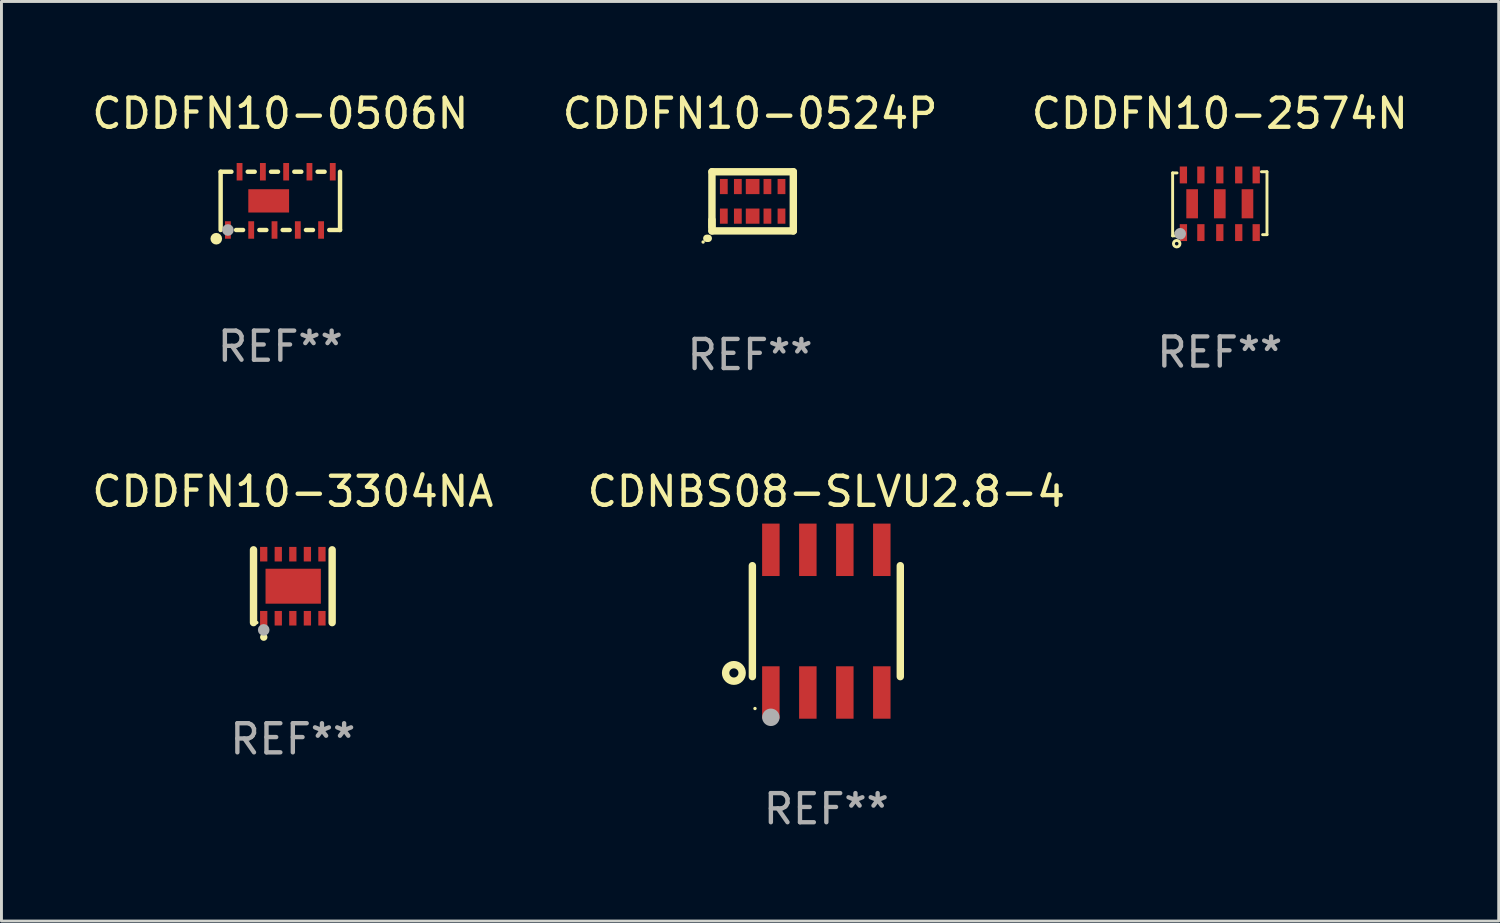
<source format=kicad_pcb>
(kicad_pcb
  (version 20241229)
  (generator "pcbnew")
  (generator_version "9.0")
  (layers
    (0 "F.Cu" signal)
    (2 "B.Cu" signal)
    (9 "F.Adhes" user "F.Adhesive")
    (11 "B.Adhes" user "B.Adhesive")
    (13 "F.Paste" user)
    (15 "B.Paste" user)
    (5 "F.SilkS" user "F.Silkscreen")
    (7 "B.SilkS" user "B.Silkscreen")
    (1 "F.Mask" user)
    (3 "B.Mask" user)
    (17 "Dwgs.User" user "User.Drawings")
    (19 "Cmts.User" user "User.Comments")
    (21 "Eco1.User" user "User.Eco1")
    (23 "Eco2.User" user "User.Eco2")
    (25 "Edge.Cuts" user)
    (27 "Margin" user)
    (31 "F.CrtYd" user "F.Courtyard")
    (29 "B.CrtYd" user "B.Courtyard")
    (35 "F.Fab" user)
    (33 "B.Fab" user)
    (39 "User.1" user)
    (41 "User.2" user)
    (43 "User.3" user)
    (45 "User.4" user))
  (footprint "CDDFN10-0524P"
    (layer "F.Cu")
    (at 22.708 3.991)
    (property "Reference" "CDDFN10-0524P" (at 0 -3.143 0) (layer "F.SilkS") (effects (font (size 1 1) (thickness 0.15))))
    (attr through_hole)
    (fp_line (start -1.436 1.143) (end -1.485 1.143) (stroke (width 0.254) (type solid)) (layer "F.SilkS"))
    (fp_line (start -1.309 -1.143) (end 1.485 -1.143) (stroke (width 0.254) (type solid)) (layer "F.SilkS"))
    (fp_line (start -1.309 0.762) (end -1.309 -1.143) (stroke (width 0.254) (type solid)) (layer "F.SilkS"))
    (fp_line (start -1.309 0.889) (end -1.309 0.508) (stroke (width 0.254) (type solid)) (layer "F.SilkS"))
    (fp_line (start 1.485 -1.143) (end 1.485 0.889) (stroke (width 0.254) (type solid)) (layer "F.SilkS"))
    (fp_line (start 1.485 0.889) (end -1.309 0.889) (stroke (width 0.254) (type solid)) (layer "F.SilkS"))
    (fp_circle (center -1.612 1.27) (end -1.582 1.27) (stroke (width 0.06) (type solid)) (fill no) (layer "F.SilkS"))
    (fp_text user "REF**" (at 0 5.143 0) (layer "F.Fab") (effects (font (size 1 1) (thickness 0.15))))
    (pad "1" smd rect (at -0.902 0.381) (size 0.267 0.521) (layers "F.Cu" "F.Mask" "F.Paste"))
    (pad "2" smd rect (at -0.42 0.381) (size 0.267 0.521) (layers "F.Cu" "F.Mask" "F.Paste"))
    (pad "3" smd rect (at 0.088 0.381) (size 0.47 0.521) (layers "F.Cu" "F.Mask" "F.Paste"))
    (pad "4" smd rect (at 0.596 0.381) (size 0.267 0.521) (layers "F.Cu" "F.Mask" "F.Paste"))
    (pad "5" smd rect (at 1.079 0.381) (size 0.267 0.521) (layers "F.Cu" "F.Mask" "F.Paste"))
    (pad "6" smd rect (at 1.079 -0.635) (size 0.267 0.521) (layers "F.Cu" "F.Mask" "F.Paste"))
    (pad "7" smd rect (at 0.596 -0.635) (size 0.267 0.521) (layers "F.Cu" "F.Mask" "F.Paste"))
    (pad "8" smd rect (at 0.088 -0.635) (size 0.47 0.521) (layers "F.Cu" "F.Mask" "F.Paste"))
    (pad "9" smd rect (at -0.42 -0.635) (size 0.267 0.521) (layers "F.Cu" "F.Mask" "F.Paste"))
    (pad "10" smd rect (at -0.902 -0.635) (size 0.267 0.521) (layers "F.Cu" "F.Mask" "F.Paste")))
  (footprint "CDDFN10-3304NA"
    (layer "F.Cu")
    (at 7.006 17.081)
    (property "Reference" "CDDFN10-3304NA" (at 0 -3.25 0) (layer "F.SilkS") (effects (font (size 1 1) (thickness 0.15))))
    (attr through_hole)
    (fp_line (start -1.35 -1.25) (end -1.35 1.25) (stroke (width 0.254) (type solid)) (layer "F.SilkS"))
    (fp_line (start 1.35 -1.25) (end 1.35 1.25) (stroke (width 0.254) (type solid)) (layer "F.SilkS"))
    (fp_arc (start -1 1.750013) (mid -0.99873 1.750007) (end -0.99746 1.750013) (stroke (width 0.25) (type solid)) (layer "F.SilkS"))
    (fp_circle (center -1.237 1.25) (end -1.207 1.25) (stroke (width 0.06) (type solid)) (fill no) (layer "F.SilkS"))
    (fp_circle (center -1 1.5) (end -0.9 1.5) (stroke (width 0.2) (type solid)) (fill no) (layer "F.Fab"))
    (fp_text user "REF**" (at 0 5.25 0) (layer "F.Fab") (effects (font (size 1 1) (thickness 0.15))))
    (pad "1" smd rect (at -1 1.1 270) (size 0.5 0.25) (layers "F.Cu" "F.Mask" "F.Paste"))
    (pad "2" smd rect (at -0.5 1.1 270) (size 0.5 0.25) (layers "F.Cu" "F.Mask" "F.Paste"))
    (pad "3" smd rect (at -0.000102 1.1 270) (size 0.5 0.25) (layers "F.Cu" "F.Mask" "F.Paste"))
    (pad "4" smd rect (at 0.5 1.1 270) (size 0.5 0.25) (layers "F.Cu" "F.Mask" "F.Paste"))
    (pad "5" smd rect (at 1 1.1 270) (size 0.5 0.25) (layers "F.Cu" "F.Mask" "F.Paste"))
    (pad "6" smd rect (at 1 -1.1 90) (size 0.5 0.25) (layers "F.Cu" "F.Mask" "F.Paste"))
    (pad "7" smd rect (at 0.5 -1.1 90) (size 0.5 0.25) (layers "F.Cu" "F.Mask" "F.Paste"))
    (pad "8" smd rect (at -0.000102 -1.1 90) (size 0.5 0.25) (layers "F.Cu" "F.Mask" "F.Paste"))
    (pad "9" smd rect (at -0.5 -1.1 90) (size 0.5 0.25) (layers "F.Cu" "F.Mask" "F.Paste"))
    (pad "10" smd rect (at -1 -1.1 90) (size 0.5 0.25) (layers "F.Cu" "F.Mask" "F.Paste"))
    (pad "11" smd rect (at 0.013 -0.000102 180) (size 1.9 1.2) (layers "F.Cu" "F.Mask" "F.Paste")))
  (footprint "CDDFN10-2574N"
    (layer "F.Cu")
    (at 38.839 3.948)
    (property "Reference" "CDDFN10-2574N" (at 0 -3.1 0) (layer "F.SilkS") (effects (font (size 1 1) (thickness 0.15))))
    (attr through_hole)
    (fp_line (start -1.62 -1.06) (end -1.47 -1.06) (stroke (width 0.1) (type solid)) (layer "F.SilkS"))
    (fp_line (start -1.62 1.1) (end -1.62 -1.06) (stroke (width 0.1) (type solid)) (layer "F.SilkS"))
    (fp_line (start -1.43 1.1) (end -1.62 1.1) (stroke (width 0.1) (type solid)) (layer "F.SilkS"))
    (fp_line (start 1.43 -1.1) (end 1.62 -1.1) (stroke (width 0.1) (type solid)) (layer "F.SilkS"))
    (fp_line (start 1.62 -1.1) (end 1.62 1.06) (stroke (width 0.1) (type solid)) (layer "F.SilkS"))
    (fp_line (start 1.62 1.06) (end 1.47 1.06) (stroke (width 0.1) (type solid)) (layer "F.SilkS"))
    (fp_circle (center -1.5 1) (end -1.47 1) (stroke (width 0.06) (type solid)) (fill no) (layer "F.SilkS"))
    (fp_circle (center -1.48 1.37) (end -1.368 1.37) (stroke (width 0.1) (type solid)) (fill no) (layer "F.SilkS"))
    (fp_circle (center -1.36 1.03) (end -1.26 1.03) (stroke (width 0.2) (type solid)) (fill no) (layer "F.Fab"))
    (fp_text user "REF**" (at 0 5.1 0) (layer "F.Fab") (effects (font (size 1 1) (thickness 0.15))))
    (pad "1" smd rect (at -1.25 0.99) (size 0.25 0.58) (layers "F.Cu" "F.Mask" "F.Paste"))
    (pad "2" smd rect (at -0.65 0.99) (size 0.25 0.58) (layers "F.Cu" "F.Mask" "F.Paste"))
    (pad "3" smd rect (at 0 0.99) (size 0.25 0.58) (layers "F.Cu" "F.Mask" "F.Paste"))
    (pad "4" smd rect (at 0.65 0.99) (size 0.25 0.58) (layers "F.Cu" "F.Mask" "F.Paste"))
    (pad "5" smd rect (at 1.25 0.99) (size 0.25 0.58) (layers "F.Cu" "F.Mask" "F.Paste"))
    (pad "6" smd rect (at 1.25 -0.99) (size 0.25 0.58) (layers "F.Cu" "F.Mask" "F.Paste"))
    (pad "7" smd rect (at 0.65 -0.99) (size 0.25 0.58) (layers "F.Cu" "F.Mask" "F.Paste"))
    (pad "8" smd rect (at 0 -0.99) (size 0.25 0.58) (layers "F.Cu" "F.Mask" "F.Paste"))
    (pad "9" smd rect (at -0.65 -0.99) (size 0.25 0.58) (layers "F.Cu" "F.Mask" "F.Paste"))
    (pad "10" smd rect (at -1.25 -0.99) (size 0.25 0.58) (layers "F.Cu" "F.Mask" "F.Paste"))
    (pad "11" smd rect (at -0.95 0.000038 270) (size 1 0.4) (layers "F.Cu" "F.Mask" "F.Paste"))
    (pad "12" smd rect (at 0 0.000038 90) (size 1 0.4) (layers "F.Cu" "F.Mask" "F.Paste"))
    (pad "13" smd rect (at 0.95 0.000038 90) (size 1 0.4) (layers "F.Cu" "F.Mask" "F.Paste")))
  (footprint "CDDFN10-0506N"
    (layer "F.Cu")
    (at 6.577 3.848)
    (property "Reference" "CDDFN10-0506N" (at 0 -3 0) (layer "F.SilkS") (effects (font (size 1 1) (thickness 0.15))))
    (attr through_hole)
    (fp_line (start -2.05 -1) (end -1.68 -1) (stroke (width 0.152) (type solid)) (layer "F.SilkS"))
    (fp_line (start -2.05 1) (end -2.05 -1) (stroke (width 0.152) (type solid)) (layer "F.SilkS"))
    (fp_line (start -1.28 1) (end -1.52 1) (stroke (width 0.152) (type solid)) (layer "F.SilkS"))
    (fp_line (start -1.12 -1) (end -0.88 -1) (stroke (width 0.152) (type solid)) (layer "F.SilkS"))
    (fp_line (start -0.48 1) (end -0.72 1) (stroke (width 0.152) (type solid)) (layer "F.SilkS"))
    (fp_line (start -0.32 -1) (end -0.08 -1) (stroke (width 0.152) (type solid)) (layer "F.SilkS"))
    (fp_line (start 0.32 1) (end 0.08 1) (stroke (width 0.152) (type solid)) (layer "F.SilkS"))
    (fp_line (start 0.48 -1) (end 0.72 -1) (stroke (width 0.152) (type solid)) (layer "F.SilkS"))
    (fp_line (start 1.12 1) (end 0.88 1) (stroke (width 0.152) (type solid)) (layer "F.SilkS"))
    (fp_line (start 1.28 -1) (end 1.52 -1) (stroke (width 0.152) (type solid)) (layer "F.SilkS"))
    (fp_line (start 2.05 -1) (end 2.05 1) (stroke (width 0.152) (type solid)) (layer "F.SilkS"))
    (fp_line (start 2.05 1) (end 1.68 1) (stroke (width 0.152) (type solid)) (layer "F.SilkS"))
    (fp_circle (center -2.2 1.3) (end -2.1 1.3) (stroke (width 0.2) (type solid)) (fill no) (layer "F.SilkS"))
    (fp_circle (center -2.05 1) (end -2.02 1) (stroke (width 0.06) (type solid)) (fill no) (layer "F.SilkS"))
    (fp_circle (center -1.8 1) (end -1.7 1) (stroke (width 0.2) (type solid)) (fill no) (layer "F.Fab"))
    (fp_text user "REF**" (at 0 5 0) (layer "F.Fab") (effects (font (size 1 1) (thickness 0.15))))
    (pad "1" smd rect (at -1.8 1) (size 0.2 0.6) (layers "F.Cu" "F.Mask" "F.Paste"))
    (pad "2" smd rect (at -1 1) (size 0.2 0.6) (layers "F.Cu" "F.Mask" "F.Paste"))
    (pad "3" smd rect (at -0.2 1) (size 0.2 0.6) (layers "F.Cu" "F.Mask" "F.Paste"))
    (pad "4" smd rect (at 0.6 1) (size 0.2 0.6) (layers "F.Cu" "F.Mask" "F.Paste"))
    (pad "5" smd rect (at 1.4 1) (size 0.2 0.6) (layers "F.Cu" "F.Mask" "F.Paste"))
    (pad "6" smd rect (at 1.8 -1) (size 0.2 0.6) (layers "F.Cu" "F.Mask" "F.Paste"))
    (pad "7" smd rect (at 1 -1) (size 0.2 0.6) (layers "F.Cu" "F.Mask" "F.Paste"))
    (pad "8" smd rect (at 0.2 -1) (size 0.2 0.6) (layers "F.Cu" "F.Mask" "F.Paste"))
    (pad "9" smd rect (at -0.6 -1) (size 0.2 0.6) (layers "F.Cu" "F.Mask" "F.Paste"))
    (pad "10" smd rect (at -1.4 -1) (size 0.2 0.6) (layers "F.Cu" "F.Mask" "F.Paste"))
    (pad "11" smd rect (at -0.4 -0.000025) (size 1.4 0.8) (layers "F.Cu" "F.Mask" "F.Paste")))
  (footprint "CDNBS08-SLVU2.8-4"
    (layer "F.Cu")
    (at 25.327 18.281)
    (property "Reference" "CDNBS08-SLVU2.8-4" (at 0 -4.45 0) (layer "F.SilkS") (effects (font (size 1 1) (thickness 0.15))))
    (attr through_hole)
    (fp_line (start -2.54 -1.905) (end -2.54 1.905) (stroke (width 0.254) (type solid)) (layer "F.SilkS"))
    (fp_line (start 2.54 -1.905) (end 2.54 1.905) (stroke (width 0.254) (type solid)) (layer "F.SilkS"))
    (fp_circle (center -3.175 1.778) (end -2.891 1.778) (stroke (width 0.254) (type solid)) (fill no) (layer "F.SilkS"))
    (fp_circle (center -2.45 3) (end -2.42 3) (stroke (width 0.06) (type solid)) (fill no) (layer "F.SilkS"))
    (fp_circle (center -1.905 3.302) (end -1.755 3.302) (stroke (width 0.3) (type solid)) (fill no) (layer "F.Fab"))
    (fp_text user "REF**" (at 0 6.45 0) (layer "F.Fab") (effects (font (size 1 1) (thickness 0.15))))
    (pad "1" smd rect (at -1.905 2.45) (size 0.6 1.8) (layers "F.Cu" "F.Mask" "F.Paste"))
    (pad "2" smd rect (at -0.635 2.45) (size 0.6 1.8) (layers "F.Cu" "F.Mask" "F.Paste"))
    (pad "3" smd rect (at 0.635 2.45) (size 0.6 1.8) (layers "F.Cu" "F.Mask" "F.Paste"))
    (pad "4" smd rect (at 1.905 2.45) (size 0.6 1.8) (layers "F.Cu" "F.Mask" "F.Paste"))
    (pad "5" smd rect (at 1.905 -2.45 180) (size 0.6 1.8) (layers "F.Cu" "F.Mask" "F.Paste"))
    (pad "6" smd rect (at 0.635 -2.45 180) (size 0.6 1.8) (layers "F.Cu" "F.Mask" "F.Paste"))
    (pad "7" smd rect (at -0.635 -2.45 180) (size 0.6 1.8) (layers "F.Cu" "F.Mask" "F.Paste"))
    (pad "8" smd rect (at -1.905 -2.45 180) (size 0.6 1.8) (layers "F.Cu" "F.Mask" "F.Paste")))
  (gr_rect
    (start -3 -3)
    (end 48.417 28.579)
    (stroke (width 0.1) (type default))
    (fill no)
    (layer "Edge.Cuts")))
</source>
